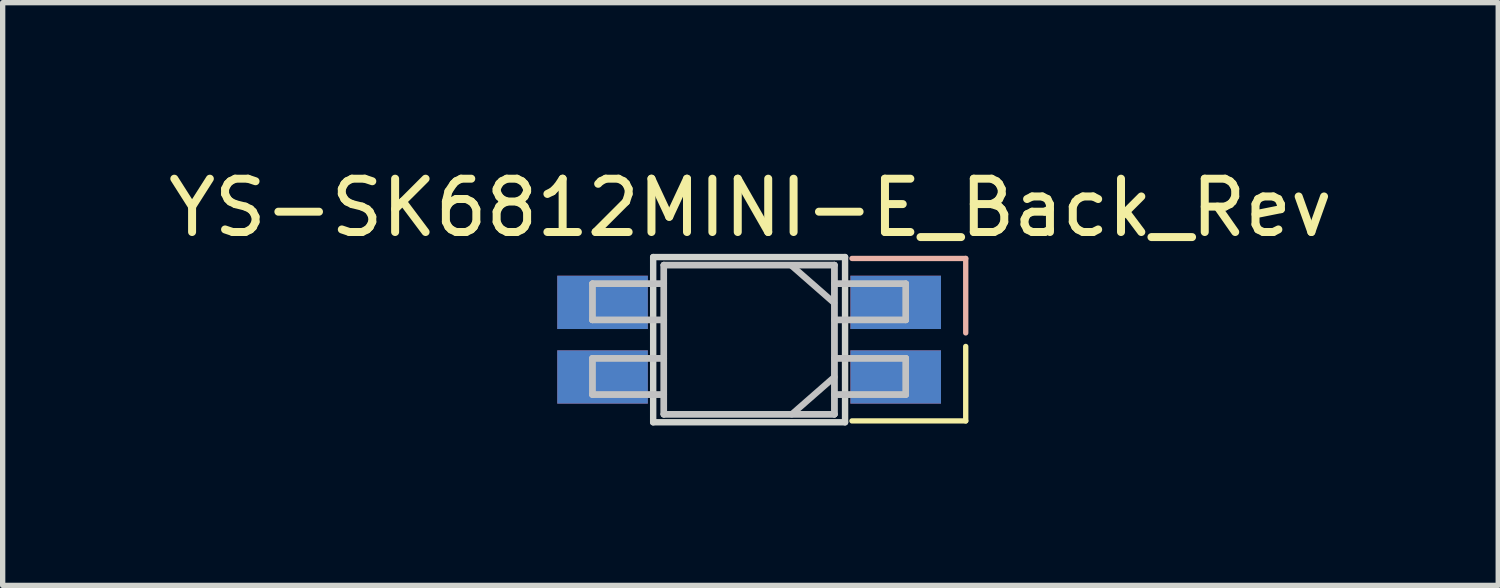
<source format=kicad_pcb>
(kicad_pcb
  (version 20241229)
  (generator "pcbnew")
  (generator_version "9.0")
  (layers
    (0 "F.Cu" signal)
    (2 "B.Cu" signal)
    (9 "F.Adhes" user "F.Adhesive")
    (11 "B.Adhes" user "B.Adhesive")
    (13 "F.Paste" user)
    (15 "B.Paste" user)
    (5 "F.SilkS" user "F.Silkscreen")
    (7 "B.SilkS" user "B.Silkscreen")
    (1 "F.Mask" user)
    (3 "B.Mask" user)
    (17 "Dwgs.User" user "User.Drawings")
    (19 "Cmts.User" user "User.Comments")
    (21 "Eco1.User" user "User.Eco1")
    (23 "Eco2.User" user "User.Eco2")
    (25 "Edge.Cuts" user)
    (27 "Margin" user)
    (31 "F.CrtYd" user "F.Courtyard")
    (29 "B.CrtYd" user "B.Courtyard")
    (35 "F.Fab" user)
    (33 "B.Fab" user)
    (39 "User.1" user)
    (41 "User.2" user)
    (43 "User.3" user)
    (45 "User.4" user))
  (footprint "YS-SK6812MINI-E_Back_Rev"
    (layer "F.Cu")
    (at 11.005 3.323)
    (property "Reference" "YS-SK6812MINI-E_Back_Rev" (at 0.025 -2.475 0) (layer "F.SilkS") (effects (font (size 1 1) (thickness 0.15))))
    (attr through_hole)
    (fp_line (start 4.064 1.524) (end 1.93 1.524) (stroke (width 0.1) (type default)) (layer "F.SilkS"))
    (fp_line (start 4.064 1.524) (end 4.064 0.127) (stroke (width 0.1) (type solid)) (layer "F.SilkS"))
    (fp_line (start 1.93 -1.524) (end 4.064 -1.524) (stroke (width 0.1) (type default)) (layer "B.SilkS"))
    (fp_line (start 4.064 -0.127) (end 4.064 -1.524) (stroke (width 0.1) (type solid)) (layer "B.SilkS"))
    (fp_line (start -2.94 -1.05) (end -2.94 -0.37) (stroke (width 0.12) (type solid)) (layer "Dwgs.User"))
    (fp_line (start -2.94 -1.05) (end -1.6 -1.05) (stroke (width 0.12) (type solid)) (layer "Dwgs.User"))
    (fp_line (start -2.94 -0.37) (end -2.94 -1.05) (stroke (width 0.12) (type solid)) (layer "Dwgs.User"))
    (fp_line (start -2.94 -0.37) (end -1.6 -0.37) (stroke (width 0.12) (type solid)) (layer "Dwgs.User"))
    (fp_line (start -2.94 0.35) (end -2.94 1.03) (stroke (width 0.12) (type solid)) (layer "Dwgs.User"))
    (fp_line (start -2.94 0.35) (end -1.6 0.35) (stroke (width 0.12) (type solid)) (layer "Dwgs.User"))
    (fp_line (start -2.94 1.03) (end -2.94 0.35) (stroke (width 0.12) (type solid)) (layer "Dwgs.User"))
    (fp_line (start -2.94 1.03) (end -1.6 1.03) (stroke (width 0.12) (type solid)) (layer "Dwgs.User"))
    (fp_line (start -1.6 -1.4) (end -1.6 1.4) (stroke (width 0.12) (type solid)) (layer "Dwgs.User"))
    (fp_line (start -1.6 -1.4) (end -1.6 1.4) (stroke (width 0.12) (type solid)) (layer "Dwgs.User"))
    (fp_line (start -1.6 -1.4) (end 1.6 -1.4) (stroke (width 0.12) (type solid)) (layer "Dwgs.User"))
    (fp_line (start -1.6 -1.05) (end -2.94 -1.05) (stroke (width 0.12) (type solid)) (layer "Dwgs.User"))
    (fp_line (start -1.6 -0.37) (end -2.94 -0.37) (stroke (width 0.12) (type solid)) (layer "Dwgs.User"))
    (fp_line (start -1.6 0.35) (end -2.94 0.35) (stroke (width 0.12) (type solid)) (layer "Dwgs.User"))
    (fp_line (start -1.6 1.03) (end -2.94 1.03) (stroke (width 0.12) (type solid)) (layer "Dwgs.User"))
    (fp_line (start -1.6 1.4) (end 1.6 1.4) (stroke (width 0.12) (type solid)) (layer "Dwgs.User"))
    (fp_line (start 1.594 -0.691) (end 0.794 -1.391) (stroke (width 0.12) (type solid)) (layer "Dwgs.User"))
    (fp_line (start 1.6 -1.4) (end -1.6 -1.4) (stroke (width 0.12) (type solid)) (layer "Dwgs.User"))
    (fp_line (start 1.6 -1.4) (end 1.6 1.4) (stroke (width 0.12) (type solid)) (layer "Dwgs.User"))
    (fp_line (start 1.6 -1.4) (end 1.6 1.4) (stroke (width 0.12) (type solid)) (layer "Dwgs.User"))
    (fp_line (start 1.6 -1.05) (end 2.94 -1.05) (stroke (width 0.12) (type solid)) (layer "Dwgs.User"))
    (fp_line (start 1.6 -0.37) (end 2.94 -0.37) (stroke (width 0.12) (type solid)) (layer "Dwgs.User"))
    (fp_line (start 1.6 0.35) (end 2.94 0.35) (stroke (width 0.12) (type solid)) (layer "Dwgs.User"))
    (fp_line (start 1.6 0.7) (end 0.8 1.4) (stroke (width 0.12) (type solid)) (layer "Dwgs.User"))
    (fp_line (start 1.6 1.03) (end 2.94 1.03) (stroke (width 0.12) (type solid)) (layer "Dwgs.User"))
    (fp_line (start 1.6 1.4) (end -1.6 1.4) (stroke (width 0.12) (type solid)) (layer "Dwgs.User"))
    (fp_line (start 2.94 -1.05) (end 1.6 -1.05) (stroke (width 0.12) (type solid)) (layer "Dwgs.User"))
    (fp_line (start 2.94 -1.05) (end 2.94 -0.37) (stroke (width 0.12) (type solid)) (layer "Dwgs.User"))
    (fp_line (start 2.94 -0.37) (end 1.6 -0.37) (stroke (width 0.12) (type solid)) (layer "Dwgs.User"))
    (fp_line (start 2.94 -0.37) (end 2.94 -1.05) (stroke (width 0.12) (type solid)) (layer "Dwgs.User"))
    (fp_line (start 2.94 0.35) (end 1.6 0.35) (stroke (width 0.12) (type solid)) (layer "Dwgs.User"))
    (fp_line (start 2.94 0.35) (end 2.94 1.03) (stroke (width 0.12) (type solid)) (layer "Dwgs.User"))
    (fp_line (start 2.94 1.03) (end 1.6 1.03) (stroke (width 0.12) (type solid)) (layer "Dwgs.User"))
    (fp_line (start 2.94 1.03) (end 2.94 0.35) (stroke (width 0.12) (type solid)) (layer "Dwgs.User"))
    (fp_line (start -1.8 -1.55) (end 1.8 -1.55) (stroke (width 0.12) (type solid)) (layer "Edge.Cuts"))
    (fp_line (start -1.8 1.55) (end -1.8 -1.55) (stroke (width 0.12) (type solid)) (layer "Edge.Cuts"))
    (fp_line (start 1.8 -1.55) (end 1.8 1.55) (stroke (width 0.12) (type solid)) (layer "Edge.Cuts"))
    (fp_line (start 1.8 1.55) (end -1.8 1.55) (stroke (width 0.12) (type solid)) (layer "Edge.Cuts"))
    (pad "1" smd rect (at -2.75 -0.7) (size 1.7 1) (layers "F.Cu" "F.Mask" "F.Paste"))
    (pad "1" smd rect (at -2.75 0.7 180) (size 1.7 1) (layers "B.Cu" "B.Mask" "B.Paste"))
    (pad "2" smd rect (at -2.75 -0.7 180) (size 1.7 1) (layers "B.Cu" "B.Mask" "B.Paste"))
    (pad "2" smd rect (at -2.75 0.7) (size 1.7 1) (layers "F.Cu" "F.Mask" "F.Paste"))
    (pad "3" smd rect (at 2.75 -0.7 180) (size 1.7 1) (layers "B.Cu" "B.Mask" "B.Paste"))
    (pad "3" smd rect (at 2.75 0.7) (size 1.7 1) (layers "F.Cu" "F.Mask" "F.Paste"))
    (pad "4" smd rect (at 2.75 -0.7) (size 1.7 1) (layers "F.Cu" "F.Mask" "F.Paste"))
    (pad "4" smd rect (at 2.75 0.7 180) (size 1.7 1) (layers "B.Cu" "B.Mask" "B.Paste")))
  (gr_rect
    (start -3 -3)
    (end 25.06 7.933)
    (stroke (width 0.1) (type default))
    (fill no)
    (layer "Edge.Cuts")))
</source>
